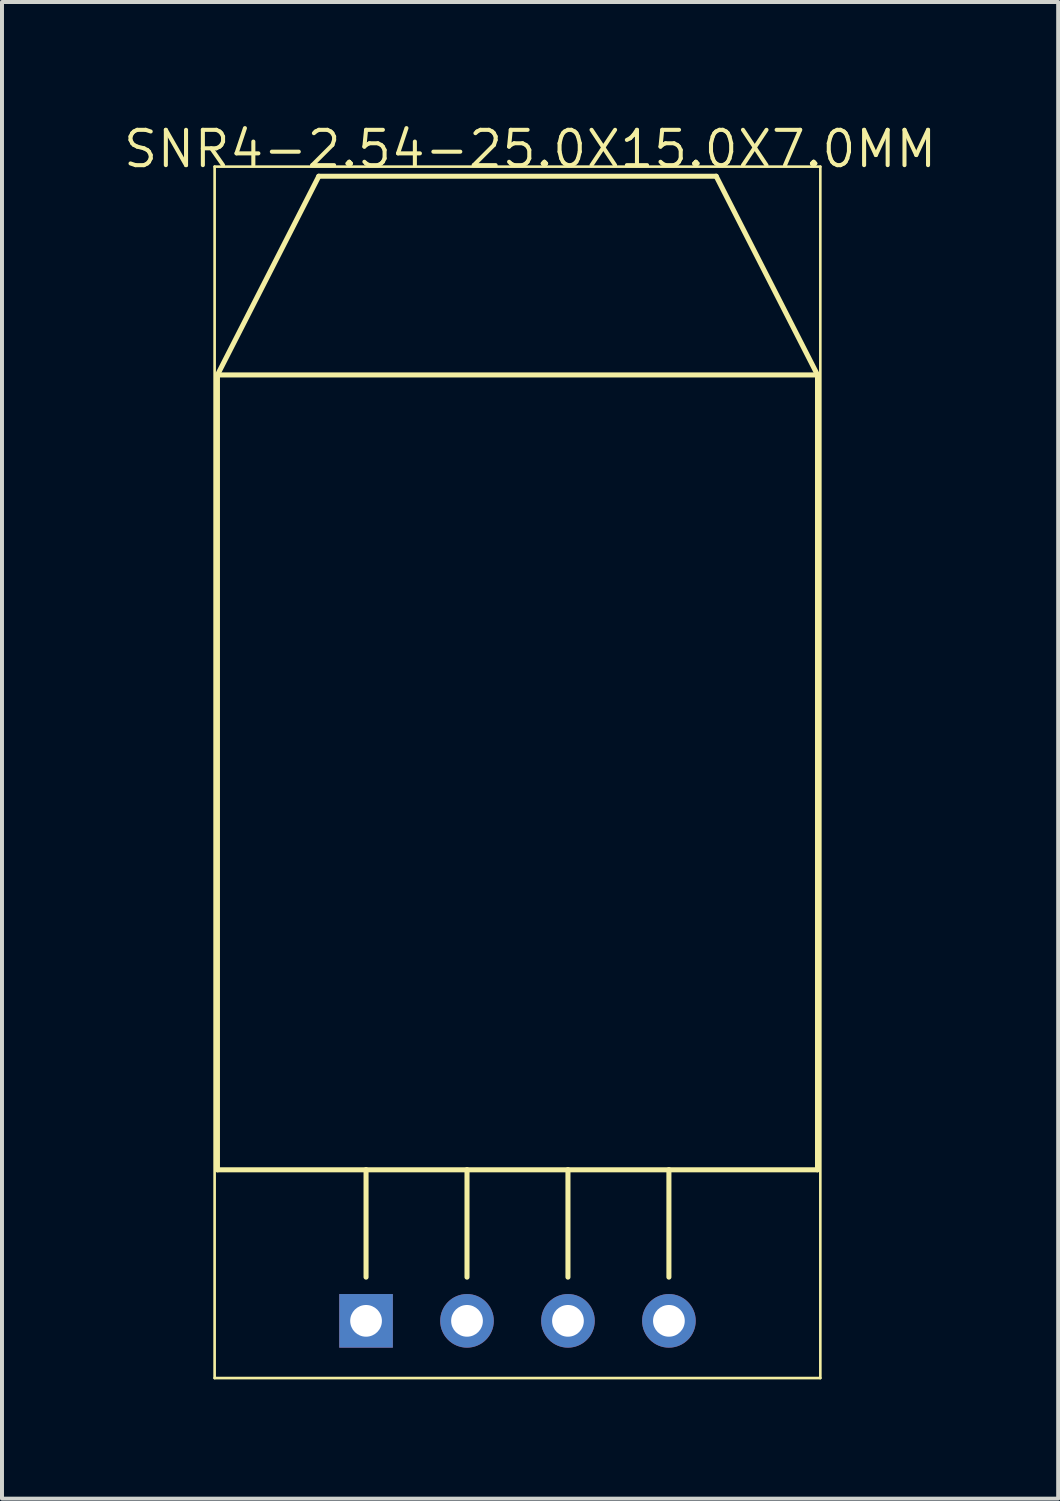
<source format=kicad_pcb>
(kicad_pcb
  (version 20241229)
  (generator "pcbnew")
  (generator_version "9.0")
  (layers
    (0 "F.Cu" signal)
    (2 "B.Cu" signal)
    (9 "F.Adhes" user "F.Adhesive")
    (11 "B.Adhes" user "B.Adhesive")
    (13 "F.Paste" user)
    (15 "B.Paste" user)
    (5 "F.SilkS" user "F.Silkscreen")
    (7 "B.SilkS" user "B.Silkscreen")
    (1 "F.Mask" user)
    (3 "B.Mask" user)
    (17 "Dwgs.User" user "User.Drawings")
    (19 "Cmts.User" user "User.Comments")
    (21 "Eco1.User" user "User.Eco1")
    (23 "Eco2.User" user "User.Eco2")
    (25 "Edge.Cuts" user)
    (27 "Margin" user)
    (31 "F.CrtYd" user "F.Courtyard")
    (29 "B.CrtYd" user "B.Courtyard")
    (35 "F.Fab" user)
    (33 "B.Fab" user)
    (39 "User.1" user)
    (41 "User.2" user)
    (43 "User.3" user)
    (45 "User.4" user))
  (footprint "SNR4-2.54-25.0X15.0X7.0MM"
    (layer "F.Cu")
    (at 9.97 16.383)
    (property "Reference" "SNR4-2.54-25.0X15.0X7.0MM" (at 0.318 -15.684 0) (layer "F.SilkS") (effects (font (size 0.889 0.889) (thickness 0.102))))
    (attr exclude_from_pos_files exclude_from_bom)
    (fp_line (start -7.62 -15.24) (end 7.62 -15.24) (stroke (width 0.066) (type solid)) (layer "F.SilkS"))
    (fp_line (start -7.62 15.24) (end -7.62 -15.24) (stroke (width 0.066) (type solid)) (layer "F.SilkS"))
    (fp_line (start -7.62 15.24) (end 7.62 15.24) (stroke (width 0.066) (type solid)) (layer "F.SilkS"))
    (fp_line (start -7.549 -10) (end -4.999 -14.999) (stroke (width 0.127) (type solid)) (layer "F.SilkS"))
    (fp_line (start -7.549 -10) (end 7.549 -10) (stroke (width 0.127) (type solid)) (layer "F.SilkS"))
    (fp_line (start -7.549 10) (end -7.549 -10) (stroke (width 0.127) (type solid)) (layer "F.SilkS"))
    (fp_line (start -4.999 -14.999) (end 4.999 -14.999) (stroke (width 0.127) (type solid)) (layer "F.SilkS"))
    (fp_line (start -3.81 10) (end -7.549 10) (stroke (width 0.127) (type solid)) (layer "F.SilkS"))
    (fp_line (start -3.81 12.7) (end -3.81 10) (stroke (width 0.127) (type solid)) (layer "F.SilkS"))
    (fp_line (start -1.27 10) (end -3.81 10) (stroke (width 0.127) (type solid)) (layer "F.SilkS"))
    (fp_line (start -1.27 12.7) (end -1.27 10) (stroke (width 0.127) (type solid)) (layer "F.SilkS"))
    (fp_line (start 1.27 10) (end -1.27 10) (stroke (width 0.127) (type solid)) (layer "F.SilkS"))
    (fp_line (start 1.27 12.7) (end 1.27 10) (stroke (width 0.127) (type solid)) (layer "F.SilkS"))
    (fp_line (start 3.81 10) (end 1.27 10) (stroke (width 0.127) (type solid)) (layer "F.SilkS"))
    (fp_line (start 3.81 12.7) (end 3.81 10) (stroke (width 0.127) (type solid)) (layer "F.SilkS"))
    (fp_line (start 4.999 -14.999) (end 7.549 -10) (stroke (width 0.127) (type solid)) (layer "F.SilkS"))
    (fp_line (start 7.549 -10) (end 7.549 10) (stroke (width 0.127) (type solid)) (layer "F.SilkS"))
    (fp_line (start 7.549 10) (end 3.81 10) (stroke (width 0.127) (type solid)) (layer "F.SilkS"))
    (fp_line (start 7.62 15.24) (end 7.62 -15.24) (stroke (width 0.066) (type solid)) (layer "F.SilkS"))
    (pad "P$1" thru_hole rect (at -3.81 13.8) (size 1.349 1.349) (drill 0.798) (layers "*.Cu" "*.Paste" "*.Mask"))
    (pad "P$2" thru_hole circle (at -1.27 13.8) (size 1.349 1.349) (drill 0.798) (layers "*.Cu" "*.Paste" "*.Mask"))
    (pad "P$3" thru_hole circle (at 1.27 13.8) (size 1.349 1.349) (drill 0.798) (layers "*.Cu" "*.Paste" "*.Mask"))
    (pad "P$4" thru_hole circle (at 3.81 13.8) (size 1.349 1.349) (drill 0.798) (layers "*.Cu" "*.Paste" "*.Mask")))
  (gr_rect
    (start -3 -3)
    (end 23.574 34.656)
    (stroke (width 0.1) (type default))
    (fill no)
    (layer "Edge.Cuts")))
</source>
